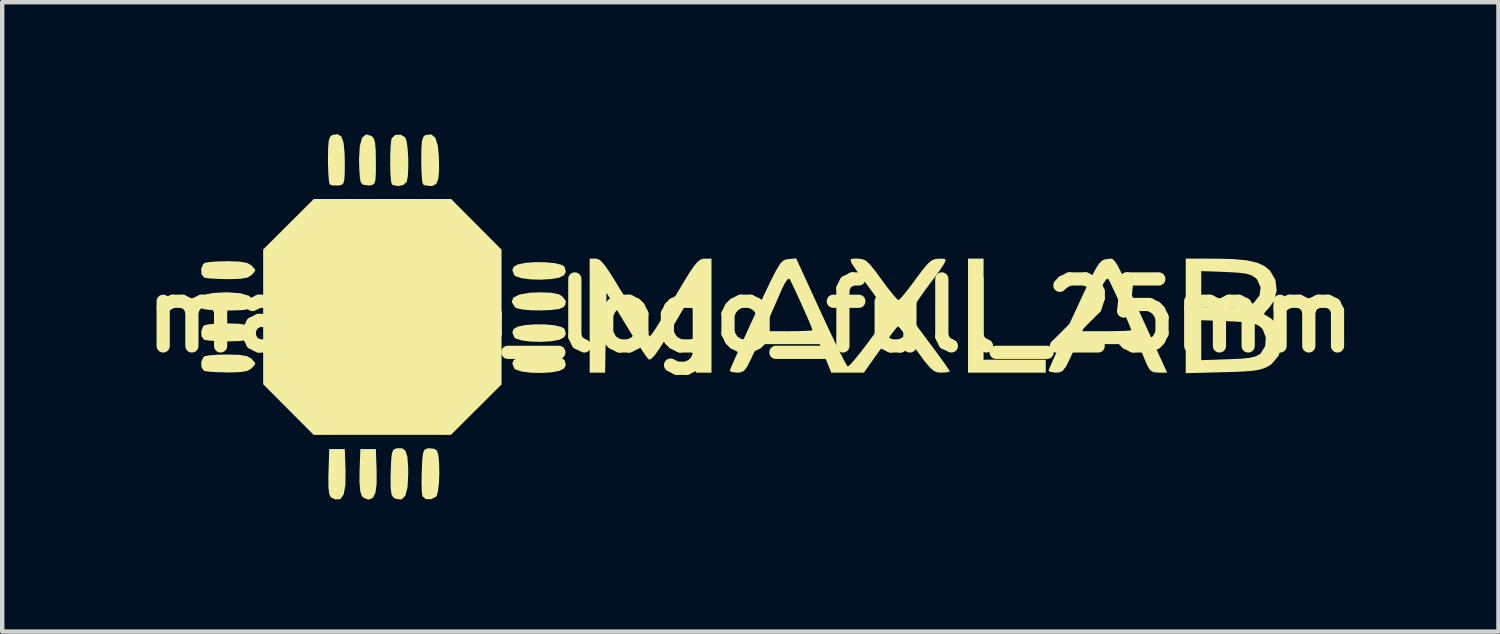
<source format=kicad_pcb>
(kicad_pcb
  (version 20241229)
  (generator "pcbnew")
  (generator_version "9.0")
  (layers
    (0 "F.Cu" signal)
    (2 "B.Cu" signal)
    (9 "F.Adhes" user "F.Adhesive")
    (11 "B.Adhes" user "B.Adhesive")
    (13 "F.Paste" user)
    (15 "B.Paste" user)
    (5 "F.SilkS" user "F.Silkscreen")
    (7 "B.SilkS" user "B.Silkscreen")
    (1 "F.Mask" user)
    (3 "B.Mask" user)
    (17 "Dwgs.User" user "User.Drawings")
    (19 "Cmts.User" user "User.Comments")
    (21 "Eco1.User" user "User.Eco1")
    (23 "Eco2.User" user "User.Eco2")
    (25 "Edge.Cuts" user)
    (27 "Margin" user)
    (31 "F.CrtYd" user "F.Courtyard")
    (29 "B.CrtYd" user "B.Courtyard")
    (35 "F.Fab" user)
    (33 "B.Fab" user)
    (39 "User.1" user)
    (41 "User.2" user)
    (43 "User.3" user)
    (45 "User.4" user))
  (footprint "maxlab_logo_full_25mm"
    (layer "F.Cu")
    (at 14.014 4.128)
    (property "Reference" "maxlab_logo_full_25mm" (at 0 0 0) (layer "F.SilkS") (effects (font (size 1.524 1.524) (thickness 0.3))))
    (attr board_only exclude_from_pos_files exclude_from_bom)
    (fp_poly (pts (xy 5.304 1.002) (xy 6.718 1.002) (xy 6.718 1.297) (xy 4.95 1.297) (xy 4.95 -1.297) (xy 5.304 -1.297)) (stroke (width 0) (type solid)) (fill yes) (layer "F.SilkS"))
    (fp_poly (pts (xy -6.231 -2.076) (xy -5.658 -1.501) (xy -5.658 1.564) (xy -6.809 2.711) (xy -9.932 2.711) (xy -11.079 1.56) (xy -11.079 -1.505) (xy -10.504 -2.078) (xy -9.928 -2.652) (xy -6.805 -2.652)) (stroke (width 0) (type solid)) (fill yes) (layer "F.SilkS"))
    (fp_poly (pts (xy -9.206 3.527) (xy -9.209 3.85) (xy -9.247 4.064) (xy -9.323 4.173) (xy -9.438 4.181) (xy -9.535 4.134) (xy -9.574 4.068) (xy -9.594 3.922) (xy -9.597 3.68) (xy -9.594 3.56) (xy -9.577 3.035) (xy -9.223 3.035)) (stroke (width 0) (type solid)) (fill yes) (layer "F.SilkS"))
    (fp_poly (pts (xy -8.499 3.527) (xy -8.499 3.831) (xy -8.527 4.032) (xy -8.587 4.146) (xy -8.682 4.184) (xy -8.693 4.184) (xy -8.791 4.143) (xy -8.835 4.102) (xy -8.872 3.991) (xy -8.889 3.778) (xy -8.887 3.527) (xy -8.869 3.035) (xy -8.516 3.035)) (stroke (width 0) (type solid)) (fill yes) (layer "F.SilkS"))
    (fp_poly (pts (xy -4.658 -1.214) (xy -4.444 -1.193) (xy -4.285 -1.153) (xy -4.224 -1.11) (xy -4.196 -0.994) (xy -4.239 -0.918) (xy -4.343 -0.865) (xy -4.527 -0.832) (xy -4.755 -0.818) (xy -4.99 -0.824) (xy -5.196 -0.85) (xy -5.337 -0.895) (xy -5.367 -0.918) (xy -5.413 -1.032) (xy -5.383 -1.11) (xy -5.29 -1.164) (xy -5.115 -1.2) (xy -4.893 -1.217)) (stroke (width 0) (type solid)) (fill yes) (layer "F.SilkS"))
    (fp_poly (pts (xy -4.658 0.2) (xy -4.444 0.221) (xy -4.285 0.261) (xy -4.224 0.304) (xy -4.196 0.42) (xy -4.239 0.496) (xy -4.343 0.549) (xy -4.527 0.582) (xy -4.755 0.596) (xy -4.99 0.59) (xy -5.196 0.565) (xy -5.337 0.52) (xy -5.367 0.496) (xy -5.413 0.383) (xy -5.383 0.304) (xy -5.29 0.25) (xy -5.115 0.214) (xy -4.893 0.198)) (stroke (width 0) (type solid)) (fill yes) (layer "F.SilkS"))
    (fp_poly (pts (xy -4.658 0.907) (xy -4.444 0.928) (xy -4.285 0.968) (xy -4.224 1.012) (xy -4.196 1.127) (xy -4.239 1.203) (xy -4.343 1.256) (xy -4.527 1.29) (xy -4.755 1.303) (xy -4.99 1.298) (xy -5.196 1.272) (xy -5.337 1.227) (xy -5.367 1.203) (xy -5.413 1.09) (xy -5.383 1.012) (xy -5.29 0.957) (xy -5.115 0.922) (xy -4.893 0.905)) (stroke (width 0) (type solid)) (fill yes) (layer "F.SilkS"))
    (fp_poly (pts (xy -4.521 -0.52) (xy -4.356 -0.486) (xy -4.277 -0.438) (xy -4.195 -0.33) (xy -4.209 -0.242) (xy -4.255 -0.189) (xy -4.352 -0.151) (xy -4.529 -0.128) (xy -4.751 -0.118) (xy -4.981 -0.121) (xy -5.183 -0.139) (xy -5.32 -0.17) (xy -5.351 -0.189) (xy -5.427 -0.311) (xy -5.392 -0.409) (xy -5.252 -0.48) (xy -5.012 -0.521) (xy -4.782 -0.53)) (stroke (width 0) (type solid)) (fill yes) (layer "F.SilkS"))
    (fp_poly (pts (xy -7.912 3.019) (xy -7.841 3.077) (xy -7.8 3.208) (xy -7.782 3.43) (xy -7.78 3.598) (xy -7.796 3.901) (xy -7.846 4.095) (xy -7.934 4.182) (xy -8.06 4.167) (xy -8.12 4.134) (xy -8.159 4.068) (xy -8.18 3.922) (xy -8.182 3.68) (xy -8.179 3.56) (xy -8.169 3.31) (xy -8.155 3.154) (xy -8.129 3.068) (xy -8.086 3.03) (xy -8.022 3.015)) (stroke (width 0) (type solid)) (fill yes) (layer "F.SilkS"))
    (fp_poly (pts (xy -7.85 -4.055) (xy -7.817 -3.965) (xy -7.793 -3.794) (xy -7.78 -3.58) (xy -7.779 -3.357) (xy -7.79 -3.164) (xy -7.815 -3.04) (xy -7.894 -2.971) (xy -8.023 -2.946) (xy -8.138 -2.974) (xy -8.152 -2.986) (xy -8.172 -3.062) (xy -8.185 -3.221) (xy -8.19 -3.428) (xy -8.189 -3.649) (xy -8.181 -3.849) (xy -8.166 -3.993) (xy -8.156 -4.032) (xy -8.073 -4.112) (xy -7.949 -4.114)) (stroke (width 0) (type solid)) (fill yes) (layer "F.SilkS"))
    (fp_poly (pts (xy -7.163 -4.043) (xy -7.107 -3.863) (xy -7.084 -3.619) (xy -7.078 -3.32) (xy -7.094 -3.121) (xy -7.138 -3.004) (xy -7.214 -2.953) (xy -7.269 -2.947) (xy -7.393 -2.962) (xy -7.445 -2.986) (xy -7.463 -3.059) (xy -7.476 -3.22) (xy -7.484 -3.441) (xy -7.484 -3.548) (xy -7.481 -3.807) (xy -7.467 -3.971) (xy -7.439 -4.063) (xy -7.394 -4.105) (xy -7.388 -4.107) (xy -7.255 -4.122)) (stroke (width 0) (type solid)) (fill yes) (layer "F.SilkS"))
    (fp_poly (pts (xy -11.595 -0.509) (xy -11.402 -0.451) (xy -11.305 -0.36) (xy -11.313 -0.24) (xy -11.317 -0.232) (xy -11.361 -0.177) (xy -11.436 -0.142) (xy -11.568 -0.125) (xy -11.783 -0.118) (xy -11.897 -0.118) (xy -12.133 -0.122) (xy -12.323 -0.133) (xy -12.437 -0.149) (xy -12.454 -0.157) (xy -12.486 -0.242) (xy -12.494 -0.327) (xy -12.469 -0.42) (xy -12.385 -0.481) (xy -12.222 -0.515) (xy -11.965 -0.529) (xy -11.873 -0.53)) (stroke (width 0) (type solid)) (fill yes) (layer "F.SilkS"))
    (fp_poly (pts (xy -7.186 3.029) (xy -7.124 3.074) (xy -7.093 3.183) (xy -7.077 3.366) (xy -7.073 3.586) (xy -7.082 3.807) (xy -7.103 3.991) (xy -7.135 4.103) (xy -7.143 4.114) (xy -7.259 4.175) (xy -7.383 4.172) (xy -7.459 4.106) (xy -7.471 4.013) (xy -7.477 3.836) (xy -7.475 3.608) (xy -7.472 3.531) (xy -7.462 3.289) (xy -7.446 3.141) (xy -7.418 3.061) (xy -7.37 3.027) (xy -7.314 3.015)) (stroke (width 0) (type solid)) (fill yes) (layer "F.SilkS"))
    (fp_poly (pts (xy -9.302 -4.075) (xy -9.251 -3.934) (xy -9.227 -3.696) (xy -9.223 -3.5) (xy -9.224 -3.251) (xy -9.233 -3.095) (xy -9.254 -3.011) (xy -9.296 -2.974) (xy -9.364 -2.96) (xy -9.373 -2.959) (xy -9.501 -2.96) (xy -9.564 -2.983) (xy -9.583 -3.057) (xy -9.597 -3.22) (xy -9.605 -3.442) (xy -9.606 -3.548) (xy -9.602 -3.807) (xy -9.589 -3.971) (xy -9.561 -4.063) (xy -9.515 -4.105) (xy -9.51 -4.107) (xy -9.387 -4.128)) (stroke (width 0) (type solid)) (fill yes) (layer "F.SilkS"))
    (fp_poly (pts (xy -8.616 -4.087) (xy -8.614 -4.086) (xy -8.565 -4.033) (xy -8.535 -3.934) (xy -8.52 -3.764) (xy -8.516 -3.501) (xy -8.516 -3.5) (xy -8.517 -3.251) (xy -8.525 -3.096) (xy -8.547 -3.011) (xy -8.589 -2.974) (xy -8.658 -2.96) (xy -8.67 -2.958) (xy -8.812 -2.978) (xy -8.862 -3.037) (xy -8.88 -3.141) (xy -8.893 -3.325) (xy -8.899 -3.549) (xy -8.899 -3.563) (xy -8.881 -3.861) (xy -8.829 -4.046) (xy -8.74 -4.122)) (stroke (width 0) (type solid)) (fill yes) (layer "F.SilkS"))
    (fp_poly (pts (xy -11.611 -1.228) (xy -11.443 -1.198) (xy -11.349 -1.145) (xy -11.275 -1.063) (xy -11.256 -1.031) (xy -11.292 -0.978) (xy -11.349 -0.918) (xy -11.438 -0.866) (xy -11.592 -0.838) (xy -11.834 -0.829) (xy -11.894 -0.83) (xy -12.121 -0.836) (xy -12.305 -0.847) (xy -12.412 -0.862) (xy -12.42 -0.864) (xy -12.482 -0.942) (xy -12.488 -1.064) (xy -12.443 -1.171) (xy -12.401 -1.202) (xy -12.298 -1.219) (xy -12.115 -1.232) (xy -11.891 -1.238) (xy -11.874 -1.238)) (stroke (width 0) (type solid)) (fill yes) (layer "F.SilkS"))
    (fp_poly (pts (xy -11.611 0.186) (xy -11.443 0.216) (xy -11.349 0.269) (xy -11.275 0.351) (xy -11.256 0.383) (xy -11.292 0.436) (xy -11.349 0.497) (xy -11.438 0.548) (xy -11.592 0.577) (xy -11.834 0.585) (xy -11.894 0.585) (xy -12.121 0.579) (xy -12.305 0.567) (xy -12.412 0.553) (xy -12.42 0.55) (xy -12.482 0.472) (xy -12.488 0.351) (xy -12.443 0.243) (xy -12.401 0.213) (xy -12.298 0.195) (xy -12.115 0.182) (xy -11.891 0.177) (xy -11.874 0.177)) (stroke (width 0) (type solid)) (fill yes) (layer "F.SilkS"))
    (fp_poly (pts (xy -11.611 0.893) (xy -11.443 0.923) (xy -11.349 0.977) (xy -11.275 1.058) (xy -11.256 1.09) (xy -11.292 1.143) (xy -11.349 1.204) (xy -11.438 1.256) (xy -11.592 1.284) (xy -11.834 1.292) (xy -11.894 1.292) (xy -12.121 1.286) (xy -12.305 1.275) (xy -12.412 1.26) (xy -12.42 1.257) (xy -12.482 1.18) (xy -12.488 1.058) (xy -12.443 0.95) (xy -12.401 0.92) (xy -12.298 0.902) (xy -12.115 0.889) (xy -11.891 0.884) (xy -11.874 0.884)) (stroke (width 0) (type solid)) (fill yes) (layer "F.SilkS"))
    (fp_poly (pts (xy -3.453 -1.283) (xy -3.385 -1.232) (xy -3.3 -1.13) (xy -3.187 -0.965) (xy -3.036 -0.723) (xy -2.85 -0.414) (xy -2.678 -0.127) (xy -2.525 0.122) (xy -2.401 0.315) (xy -2.317 0.436) (xy -2.285 0.47) (xy -2.242 0.422) (xy -2.151 0.289) (xy -2.023 0.086) (xy -1.867 -0.17) (xy -1.725 -0.411) (xy -1.535 -0.732) (xy -1.391 -0.966) (xy -1.285 -1.124) (xy -1.203 -1.222) (xy -1.137 -1.274) (xy -1.074 -1.293) (xy -1.046 -1.295) (xy -0.884 -1.297) (xy -0.884 1.297) (xy -1.238 1.297) (xy -1.238 0.37) (xy -1.238 -0.004) (xy -1.244 -0.264) (xy -1.264 -0.411) (xy -1.307 -0.449) (xy -1.381 -0.38) (xy -1.494 -0.207) (xy -1.655 0.067) (xy -1.736 0.206) (xy -1.927 0.528) (xy -2.071 0.756) (xy -2.177 0.904) (xy -2.253 0.982) (xy -2.303 1.002) (xy -2.348 0.954) (xy -2.441 0.822) (xy -2.571 0.624) (xy -2.726 0.378) (xy -2.81 0.241) (xy -3.271 -0.52) (xy -3.287 0.388) (xy -3.303 1.297) (xy -3.654 1.297) (xy -3.654 -1.297) (xy -3.513 -1.297)) (stroke (width 0) (type solid)) (fill yes) (layer "F.SilkS"))
    (fp_poly (pts (xy 8.236 -1.287) (xy 8.275 -1.254) (xy 8.324 -1.186) (xy 8.387 -1.073) (xy 8.471 -0.905) (xy 8.581 -0.671) (xy 8.723 -0.361) (xy 8.904 0.037) (xy 9.109 0.486) (xy 9.478 1.297) (xy 9.283 1.297) (xy 9.171 1.287) (xy 9.094 1.243) (xy 9.028 1.136) (xy 8.958 0.972) (xy 8.826 0.648) (xy 7.419 0.648) (xy 7.271 0.972) (xy 7.18 1.155) (xy 7.105 1.253) (xy 7.022 1.292) (xy 6.95 1.297) (xy 6.829 1.283) (xy 6.781 1.252) (xy 6.805 1.188) (xy 6.873 1.033) (xy 6.976 0.802) (xy 7.108 0.511) (xy 7.18 0.354) (xy 7.545 0.354) (xy 8.104 0.354) (xy 8.344 0.351) (xy 8.533 0.346) (xy 8.644 0.337) (xy 8.663 0.332) (xy 8.64 0.265) (xy 8.58 0.119) (xy 8.494 -0.077) (xy 8.396 -0.296) (xy 8.298 -0.51) (xy 8.213 -0.691) (xy 8.153 -0.811) (xy 8.134 -0.843) (xy 8.09 -0.821) (xy 8.021 -0.715) (xy 7.969 -0.607) (xy 7.873 -0.388) (xy 7.761 -0.133) (xy 7.695 0.015) (xy 7.545 0.354) (xy 7.18 0.354) (xy 7.262 0.176) (xy 7.357 -0.029) (xy 7.54 -0.425) (xy 7.682 -0.726) (xy 7.791 -0.945) (xy 7.874 -1.097) (xy 7.94 -1.194) (xy 7.996 -1.249) (xy 8.049 -1.275) (xy 8.109 -1.285) (xy 8.11 -1.285) (xy 8.159 -1.292) (xy 8.199 -1.297)) (stroke (width 0) (type solid)) (fill yes) (layer "F.SilkS"))
    (fp_poly (pts (xy 10.564 -1.296) (xy 10.977 -1.287) (xy 11.292 -1.257) (xy 11.528 -1.203) (xy 11.703 -1.12) (xy 11.823 -1.018) (xy 11.94 -0.813) (xy 11.97 -0.574) (xy 11.913 -0.342) (xy 11.812 -0.197) (xy 11.719 -0.096) (xy 11.679 -0.039) (xy 11.68 -0.035) (xy 11.737 0.001) (xy 11.851 0.072) (xy 11.857 0.076) (xy 12.016 0.238) (xy 12.094 0.452) (xy 12.092 0.687) (xy 12.013 0.912) (xy 11.858 1.097) (xy 11.787 1.146) (xy 11.687 1.196) (xy 11.569 1.231) (xy 11.41 1.256) (xy 11.187 1.272) (xy 10.878 1.284) (xy 10.74 1.287) (xy 9.901 1.308) (xy 9.901 0.104) (xy 10.254 0.104) (xy 10.254 1.013) (xy 10.867 0.992) (xy 11.16 0.979) (xy 11.36 0.959) (xy 11.492 0.927) (xy 11.58 0.88) (xy 11.604 0.86) (xy 11.706 0.697) (xy 11.723 0.5) (xy 11.655 0.318) (xy 11.605 0.261) (xy 11.524 0.208) (xy 11.406 0.171) (xy 11.225 0.147) (xy 10.957 0.131) (xy 10.868 0.127) (xy 10.254 0.104) (xy 9.901 0.104) (xy 9.901 -1.013) (xy 10.254 -1.013) (xy 10.254 -0.177) (xy 10.777 -0.177) (xy 11.044 -0.181) (xy 11.223 -0.198) (xy 11.347 -0.233) (xy 11.444 -0.291) (xy 11.454 -0.299) (xy 11.58 -0.46) (xy 11.604 -0.644) (xy 11.526 -0.818) (xy 11.486 -0.86) (xy 11.399 -0.917) (xy 11.272 -0.955) (xy 11.079 -0.978) (xy 10.808 -0.993) (xy 10.254 -1.013) (xy 9.901 -1.013) (xy 9.901 -1.297)) (stroke (width 0) (type solid)) (fill yes) (layer "F.SilkS"))
    (fp_poly (pts (xy 1.603 -0.08) (xy 1.766 0.271) (xy 1.914 0.584) (xy 2.042 0.843) (xy 2.14 1.034) (xy 2.201 1.14) (xy 2.216 1.158) (xy 2.267 1.118) (xy 2.372 1) (xy 2.515 0.822) (xy 2.682 0.604) (xy 2.859 0.363) (xy 3.032 0.119) (xy 3.088 0.037) (xy 3.087 -0.037) (xy 3.02 -0.176) (xy 2.882 -0.388) (xy 2.732 -0.596) (xy 2.53 -0.868) (xy 2.391 -1.059) (xy 2.309 -1.183) (xy 2.278 -1.254) (xy 2.292 -1.288) (xy 2.345 -1.297) (xy 2.43 -1.297) (xy 2.436 -1.297) (xy 2.536 -1.289) (xy 2.621 -1.254) (xy 2.712 -1.173) (xy 2.829 -1.03) (xy 2.98 -0.825) (xy 3.128 -0.625) (xy 3.255 -0.467) (xy 3.341 -0.372) (xy 3.368 -0.354) (xy 3.421 -0.398) (xy 3.524 -0.519) (xy 3.661 -0.695) (xy 3.756 -0.824) (xy 3.918 -1.042) (xy 4.034 -1.18) (xy 4.125 -1.257) (xy 4.212 -1.289) (xy 4.291 -1.295) (xy 4.375 -1.296) (xy 4.427 -1.288) (xy 4.441 -1.256) (xy 4.411 -1.186) (xy 4.331 -1.064) (xy 4.194 -0.875) (xy 3.994 -0.606) (xy 3.992 -0.604) (xy 3.812 -0.349) (xy 3.69 -0.151) (xy 3.632 -0.023) (xy 3.632 0.015) (xy 3.683 0.089) (xy 3.789 0.236) (xy 3.935 0.434) (xy 4.106 0.663) (xy 4.107 0.665) (xy 4.273 0.889) (xy 4.409 1.076) (xy 4.502 1.209) (xy 4.538 1.268) (xy 4.538 1.269) (xy 4.486 1.288) (xy 4.36 1.296) (xy 4.342 1.297) (xy 4.25 1.289) (xy 4.168 1.254) (xy 4.079 1.175) (xy 3.963 1.036) (xy 3.803 0.819) (xy 3.767 0.769) (xy 3.612 0.557) (xy 3.482 0.385) (xy 3.393 0.274) (xy 3.359 0.241) (xy 3.315 0.286) (xy 3.219 0.408) (xy 3.086 0.588) (xy 2.956 0.769) (xy 2.582 1.297) (xy 1.841 1.297) (xy 1.709 0.972) (xy 1.577 0.648) (xy 0.17 0.648) (xy 0.022 0.972) (xy -0.069 1.155) (xy -0.143 1.253) (xy -0.227 1.292) (xy -0.299 1.297) (xy -0.42 1.283) (xy -0.469 1.252) (xy -0.444 1.188) (xy -0.377 1.033) (xy -0.273 0.802) (xy -0.141 0.511) (xy -0.069 0.354) (xy 0.296 0.354) (xy 0.855 0.354) (xy 1.096 0.351) (xy 1.284 0.346) (xy 1.395 0.337) (xy 1.414 0.332) (xy 1.391 0.265) (xy 1.331 0.119) (xy 1.245 -0.077) (xy 1.147 -0.296) (xy 1.049 -0.51) (xy 0.964 -0.691) (xy 0.905 -0.811) (xy 0.886 -0.843) (xy 0.841 -0.821) (xy 0.772 -0.715) (xy 0.72 -0.607) (xy 0.624 -0.388) (xy 0.512 -0.133) (xy 0.447 0.015) (xy 0.296 0.354) (xy -0.069 0.354) (xy 0.012 0.176) (xy 0.107 -0.029) (xy 0.29 -0.425) (xy 0.432 -0.725) (xy 0.541 -0.945) (xy 0.625 -1.097) (xy 0.69 -1.194) (xy 0.746 -1.249) (xy 0.8 -1.275) (xy 0.859 -1.285) (xy 0.861 -1.285) (xy 1.042 -1.303)) (stroke (width 0) (type solid)) (fill yes) (layer "F.SilkS")))
  (gr_rect
    (start -3 -3)
    (end 31.027 11.313)
    (stroke (width 0.1) (type default))
    (fill no)
    (layer "Edge.Cuts")))
</source>
